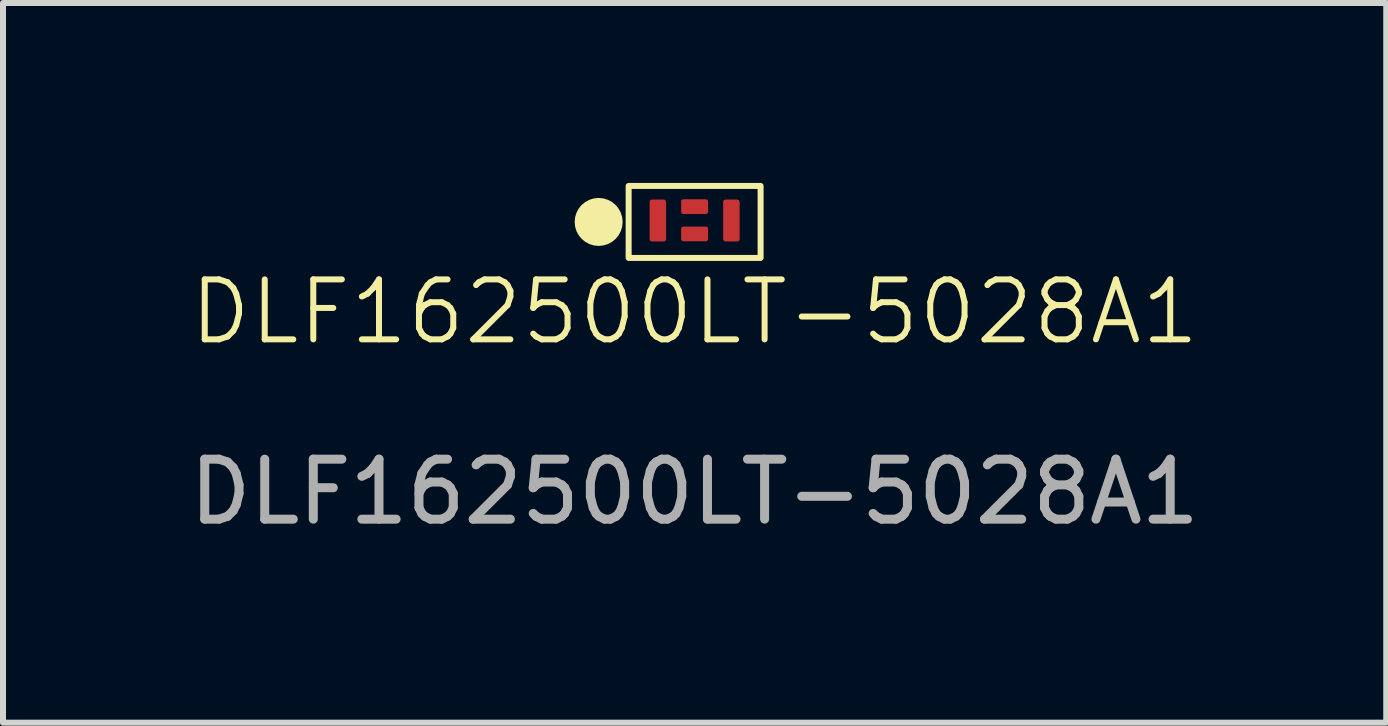
<source format=kicad_pcb>
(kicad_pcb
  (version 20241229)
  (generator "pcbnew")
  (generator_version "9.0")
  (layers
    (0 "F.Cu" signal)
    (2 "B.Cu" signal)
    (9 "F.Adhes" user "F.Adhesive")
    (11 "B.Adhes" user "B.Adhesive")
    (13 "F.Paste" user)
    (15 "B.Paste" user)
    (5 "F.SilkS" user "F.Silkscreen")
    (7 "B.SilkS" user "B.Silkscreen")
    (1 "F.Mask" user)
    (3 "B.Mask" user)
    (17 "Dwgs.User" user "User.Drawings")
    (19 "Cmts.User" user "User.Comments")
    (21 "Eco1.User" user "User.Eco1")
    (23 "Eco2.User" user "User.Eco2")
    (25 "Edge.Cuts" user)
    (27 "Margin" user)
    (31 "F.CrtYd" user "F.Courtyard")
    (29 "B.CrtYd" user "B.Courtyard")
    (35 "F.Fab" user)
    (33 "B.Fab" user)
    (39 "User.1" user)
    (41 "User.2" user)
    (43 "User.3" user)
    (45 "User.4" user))
  (footprint "DLF162500LT-5028A1"
    (layer "F.Cu")
    (at 8.53 2.65)
    (property "Reference" "DLF162500LT-5028A1" (at 0 -0.5 0) (unlocked yes) (layer "F.SilkS") (effects (font (size 1 1) (thickness 0.1))))
    (attr smd)
    (fp_rect (start -1.1 -2.6) (end 1.1 -1.4) (stroke (width 0.1) (type default)) (fill no) (layer "F.SilkS"))
    (fp_circle (center -1.6 -2) (end -1.6 -2) (stroke (width 0.4) (type solid)) (fill no) (layer "F.SilkS"))
    (fp_text user "${REFERENCE}" (at 0 2.5 0) (unlocked yes) (layer "F.Fab") (effects (font (size 1 1) (thickness 0.15))))
    (pad "1" smd roundrect (at -0.613 -2.024) (size 0.275 0.7) (layers "F.Cu" "F.Mask" "F.Paste") (roundrect_rratio 0.15))
    (pad "2" smd roundrect (at 0 -2.255) (size 0.45 0.245) (layers "F.Cu" "F.Mask" "F.Paste") (roundrect_rratio 0.15))
    (pad "3" smd roundrect (at 0.613 -2.024) (size 0.275 0.7) (layers "F.Cu" "F.Mask" "F.Paste") (roundrect_rratio 0.15))
    (pad "4" smd roundrect (at 0 -1.8) (size 0.45 0.245) (layers "F.Cu" "F.Mask" "F.Paste") (roundrect_rratio 0.15)))
  (gr_rect
    (start -3 -3)
    (end 20.06 8.998)
    (stroke (width 0.1) (type default))
    (fill no)
    (layer "Edge.Cuts")))
</source>
